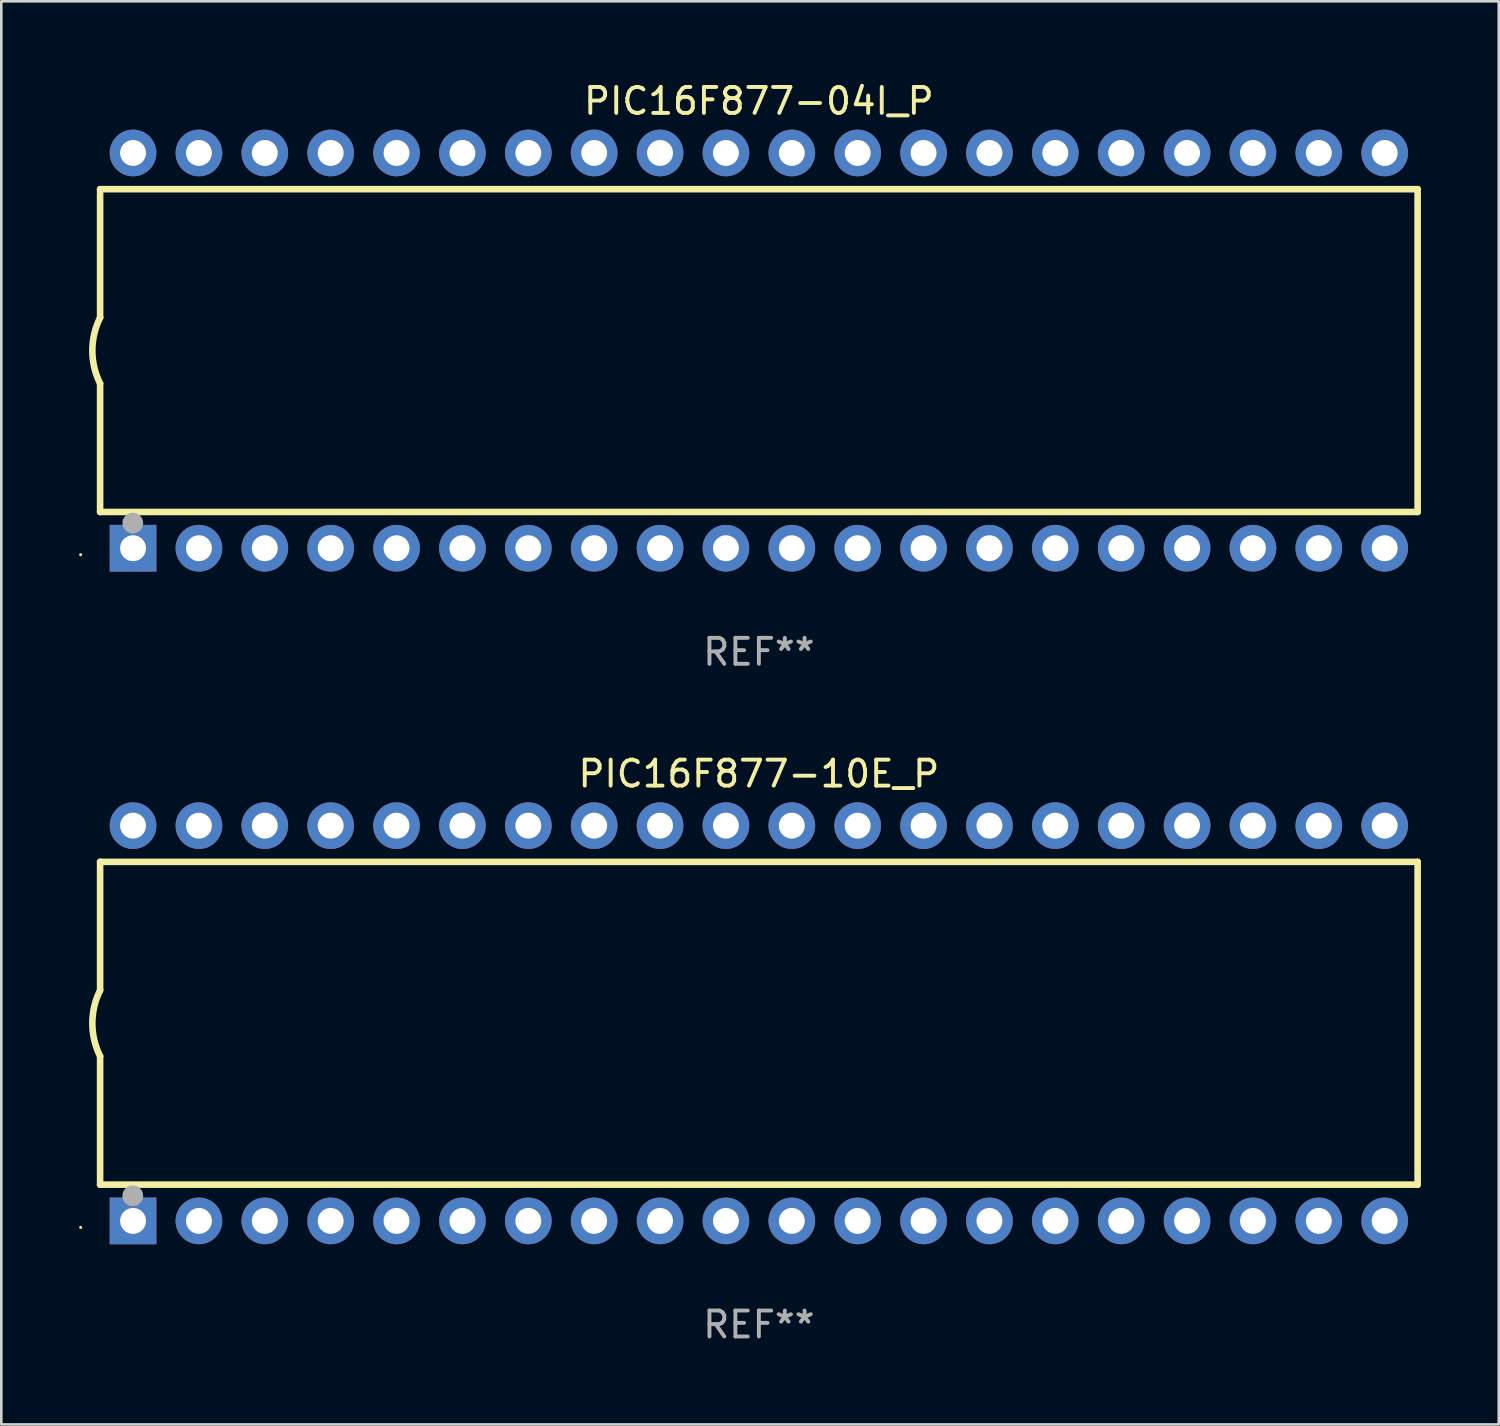
<source format=kicad_pcb>
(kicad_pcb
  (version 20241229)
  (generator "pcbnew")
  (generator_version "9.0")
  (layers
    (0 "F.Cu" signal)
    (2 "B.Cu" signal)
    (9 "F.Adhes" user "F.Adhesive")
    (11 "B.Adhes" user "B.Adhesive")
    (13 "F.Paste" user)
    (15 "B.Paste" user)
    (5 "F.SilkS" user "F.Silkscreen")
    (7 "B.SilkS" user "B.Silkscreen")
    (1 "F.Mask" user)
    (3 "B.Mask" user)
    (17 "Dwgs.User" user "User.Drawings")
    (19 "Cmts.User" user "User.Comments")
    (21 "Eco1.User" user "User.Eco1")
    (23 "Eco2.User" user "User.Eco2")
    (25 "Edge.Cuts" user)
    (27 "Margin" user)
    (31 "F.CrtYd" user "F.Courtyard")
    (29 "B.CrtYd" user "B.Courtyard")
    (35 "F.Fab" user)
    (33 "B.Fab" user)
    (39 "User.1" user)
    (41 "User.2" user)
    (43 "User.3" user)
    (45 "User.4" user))
  (footprint "PIC16F877-10E_P"
    (layer "F.Cu")
    (at 26.21 36.405)
    (property "Reference" "PIC16F877-10E_P" (at 0 -9.62 0) (layer "F.SilkS") (effects (font (size 1 1) (thickness 0.15))))
    (attr through_hole)
    (fp_line (start -25.4 -6.224) (end -25.4 -1.271) (stroke (width 0.254) (type solid)) (layer "F.SilkS"))
    (fp_line (start -25.4 -6.224) (end 25.4 -6.224) (stroke (width 0.254) (type solid)) (layer "F.SilkS"))
    (fp_line (start -25.4 1.269) (end -25.4 6.222) (stroke (width 0.254) (type solid)) (layer "F.SilkS"))
    (fp_line (start -25.4 6.222) (end 25.4 6.222) (stroke (width 0.254) (type solid)) (layer "F.SilkS"))
    (fp_line (start 25.4 6.222) (end 25.4 -6.224) (stroke (width 0.254) (type solid)) (layer "F.SilkS"))
    (fp_arc (start -25.4 1.269241) (mid -25.699807 -0.000762) (end -25.4 -1.270765) (stroke (width 0.254001) (type solid)) (layer "F.SilkS"))
    (fp_circle (center -26.15 7.87) (end -26.12 7.87) (stroke (width 0.06) (type solid)) (fill no) (layer "F.SilkS"))
    (fp_circle (center -24.14 6.65) (end -23.94 6.65) (stroke (width 0.4) (type solid)) (fill no) (layer "F.Fab"))
    (fp_text user "REF**" (at 0 11.62 0) (layer "F.Fab") (effects (font (size 1 1) (thickness 0.15))))
    (pad "1" thru_hole rect (at -24.13 7.62 90) (size 1.8 1.8) (drill 1) (layers "*.Cu" "*.Mask"))
    (pad "2" thru_hole circle (at -21.59 7.62) (size 1.8 1.8) (drill 1) (layers "*.Cu" "*.Mask"))
    (pad "3" thru_hole circle (at -19.05 7.62) (size 1.8 1.8) (drill 1) (layers "*.Cu" "*.Mask"))
    (pad "4" thru_hole circle (at -16.51 7.62) (size 1.8 1.8) (drill 1) (layers "*.Cu" "*.Mask"))
    (pad "5" thru_hole circle (at -13.97 7.62) (size 1.8 1.8) (drill 1) (layers "*.Cu" "*.Mask"))
    (pad "6" thru_hole circle (at -11.43 7.62) (size 1.8 1.8) (drill 1) (layers "*.Cu" "*.Mask"))
    (pad "7" thru_hole circle (at -8.89 7.62) (size 1.8 1.8) (drill 1) (layers "*.Cu" "*.Mask"))
    (pad "8" thru_hole circle (at -6.35 7.62) (size 1.8 1.8) (drill 1) (layers "*.Cu" "*.Mask"))
    (pad "9" thru_hole circle (at -3.81 7.62) (size 1.8 1.8) (drill 1) (layers "*.Cu" "*.Mask"))
    (pad "10" thru_hole circle (at -1.27 7.62) (size 1.8 1.8) (drill 1) (layers "*.Cu" "*.Mask"))
    (pad "11" thru_hole circle (at 1.27 7.62) (size 1.8 1.8) (drill 1) (layers "*.Cu" "*.Mask"))
    (pad "12" thru_hole circle (at 3.81 7.62) (size 1.8 1.8) (drill 1) (layers "*.Cu" "*.Mask"))
    (pad "13" thru_hole circle (at 6.35 7.62) (size 1.8 1.8) (drill 1) (layers "*.Cu" "*.Mask"))
    (pad "14" thru_hole circle (at 8.89 7.62) (size 1.8 1.8) (drill 1) (layers "*.Cu" "*.Mask"))
    (pad "15" thru_hole circle (at 11.43 7.62) (size 1.8 1.8) (drill 1) (layers "*.Cu" "*.Mask"))
    (pad "16" thru_hole circle (at 13.97 7.62) (size 1.8 1.8) (drill 1) (layers "*.Cu" "*.Mask"))
    (pad "17" thru_hole circle (at 16.51 7.62) (size 1.8 1.8) (drill 1) (layers "*.Cu" "*.Mask"))
    (pad "18" thru_hole circle (at 19.05 7.62) (size 1.8 1.8) (drill 1) (layers "*.Cu" "*.Mask"))
    (pad "19" thru_hole circle (at 21.59 7.62) (size 1.8 1.8) (drill 1) (layers "*.Cu" "*.Mask"))
    (pad "20" thru_hole circle (at 24.13 7.62) (size 1.8 1.8) (drill 1) (layers "*.Cu" "*.Mask"))
    (pad "21" thru_hole circle (at 24.13 -7.62) (size 1.8 1.8) (drill 1) (layers "*.Cu" "*.Mask"))
    (pad "22" thru_hole circle (at 21.59 -7.62) (size 1.8 1.8) (drill 1) (layers "*.Cu" "*.Mask"))
    (pad "23" thru_hole circle (at 19.05 -7.62) (size 1.8 1.8) (drill 1) (layers "*.Cu" "*.Mask"))
    (pad "24" thru_hole circle (at 16.51 -7.62) (size 1.8 1.8) (drill 1) (layers "*.Cu" "*.Mask"))
    (pad "25" thru_hole circle (at 13.97 -7.62) (size 1.8 1.8) (drill 1) (layers "*.Cu" "*.Mask"))
    (pad "26" thru_hole circle (at 11.43 -7.62) (size 1.8 1.8) (drill 1) (layers "*.Cu" "*.Mask"))
    (pad "27" thru_hole circle (at 8.89 -7.62) (size 1.8 1.8) (drill 1) (layers "*.Cu" "*.Mask"))
    (pad "28" thru_hole circle (at 6.35 -7.62) (size 1.8 1.8) (drill 1) (layers "*.Cu" "*.Mask"))
    (pad "29" thru_hole circle (at 3.81 -7.62) (size 1.8 1.8) (drill 1) (layers "*.Cu" "*.Mask"))
    (pad "30" thru_hole circle (at 1.27 -7.62) (size 1.8 1.8) (drill 1) (layers "*.Cu" "*.Mask"))
    (pad "31" thru_hole circle (at -1.27 -7.62) (size 1.8 1.8) (drill 1) (layers "*.Cu" "*.Mask"))
    (pad "32" thru_hole circle (at -3.81 -7.62) (size 1.8 1.8) (drill 1) (layers "*.Cu" "*.Mask"))
    (pad "33" thru_hole circle (at -6.35 -7.62) (size 1.8 1.8) (drill 1) (layers "*.Cu" "*.Mask"))
    (pad "34" thru_hole circle (at -8.89 -7.62) (size 1.8 1.8) (drill 1) (layers "*.Cu" "*.Mask"))
    (pad "35" thru_hole circle (at -11.43 -7.62) (size 1.8 1.8) (drill 1) (layers "*.Cu" "*.Mask"))
    (pad "36" thru_hole circle (at -13.97 -7.62) (size 1.8 1.8) (drill 1) (layers "*.Cu" "*.Mask"))
    (pad "37" thru_hole circle (at -16.51 -7.62) (size 1.8 1.8) (drill 1) (layers "*.Cu" "*.Mask"))
    (pad "38" thru_hole circle (at -19.05 -7.62) (size 1.8 1.8) (drill 1) (layers "*.Cu" "*.Mask"))
    (pad "39" thru_hole circle (at -21.59 -7.62) (size 1.8 1.8) (drill 1) (layers "*.Cu" "*.Mask"))
    (pad "40" thru_hole circle (at -24.13 -7.62) (size 1.8 1.8) (drill 1) (layers "*.Cu" "*.Mask")))
  (footprint "PIC16F877-04I_P"
    (layer "F.Cu")
    (at 26.21 10.468)
    (property "Reference" "PIC16F877-04I_P" (at 0 -9.62 0) (layer "F.SilkS") (effects (font (size 1 1) (thickness 0.15))))
    (attr through_hole)
    (fp_line (start -25.4 -6.224) (end -25.4 -1.271) (stroke (width 0.254) (type solid)) (layer "F.SilkS"))
    (fp_line (start -25.4 -6.224) (end 25.4 -6.224) (stroke (width 0.254) (type solid)) (layer "F.SilkS"))
    (fp_line (start -25.4 1.269) (end -25.4 6.222) (stroke (width 0.254) (type solid)) (layer "F.SilkS"))
    (fp_line (start -25.4 6.222) (end 25.4 6.222) (stroke (width 0.254) (type solid)) (layer "F.SilkS"))
    (fp_line (start 25.4 6.222) (end 25.4 -6.224) (stroke (width 0.254) (type solid)) (layer "F.SilkS"))
    (fp_arc (start -25.4 1.269241) (mid -25.699807 -0.000762) (end -25.4 -1.270765) (stroke (width 0.254001) (type solid)) (layer "F.SilkS"))
    (fp_circle (center -26.15 7.87) (end -26.12 7.87) (stroke (width 0.06) (type solid)) (fill no) (layer "F.SilkS"))
    (fp_circle (center -24.14 6.65) (end -23.94 6.65) (stroke (width 0.4) (type solid)) (fill no) (layer "F.Fab"))
    (fp_text user "REF**" (at 0 11.62 0) (layer "F.Fab") (effects (font (size 1 1) (thickness 0.15))))
    (pad "1" thru_hole rect (at -24.13 7.62 90) (size 1.8 1.8) (drill 1) (layers "*.Cu" "*.Mask"))
    (pad "2" thru_hole circle (at -21.59 7.62) (size 1.8 1.8) (drill 1) (layers "*.Cu" "*.Mask"))
    (pad "3" thru_hole circle (at -19.05 7.62) (size 1.8 1.8) (drill 1) (layers "*.Cu" "*.Mask"))
    (pad "4" thru_hole circle (at -16.51 7.62) (size 1.8 1.8) (drill 1) (layers "*.Cu" "*.Mask"))
    (pad "5" thru_hole circle (at -13.97 7.62) (size 1.8 1.8) (drill 1) (layers "*.Cu" "*.Mask"))
    (pad "6" thru_hole circle (at -11.43 7.62) (size 1.8 1.8) (drill 1) (layers "*.Cu" "*.Mask"))
    (pad "7" thru_hole circle (at -8.89 7.62) (size 1.8 1.8) (drill 1) (layers "*.Cu" "*.Mask"))
    (pad "8" thru_hole circle (at -6.35 7.62) (size 1.8 1.8) (drill 1) (layers "*.Cu" "*.Mask"))
    (pad "9" thru_hole circle (at -3.81 7.62) (size 1.8 1.8) (drill 1) (layers "*.Cu" "*.Mask"))
    (pad "10" thru_hole circle (at -1.27 7.62) (size 1.8 1.8) (drill 1) (layers "*.Cu" "*.Mask"))
    (pad "11" thru_hole circle (at 1.27 7.62) (size 1.8 1.8) (drill 1) (layers "*.Cu" "*.Mask"))
    (pad "12" thru_hole circle (at 3.81 7.62) (size 1.8 1.8) (drill 1) (layers "*.Cu" "*.Mask"))
    (pad "13" thru_hole circle (at 6.35 7.62) (size 1.8 1.8) (drill 1) (layers "*.Cu" "*.Mask"))
    (pad "14" thru_hole circle (at 8.89 7.62) (size 1.8 1.8) (drill 1) (layers "*.Cu" "*.Mask"))
    (pad "15" thru_hole circle (at 11.43 7.62) (size 1.8 1.8) (drill 1) (layers "*.Cu" "*.Mask"))
    (pad "16" thru_hole circle (at 13.97 7.62) (size 1.8 1.8) (drill 1) (layers "*.Cu" "*.Mask"))
    (pad "17" thru_hole circle (at 16.51 7.62) (size 1.8 1.8) (drill 1) (layers "*.Cu" "*.Mask"))
    (pad "18" thru_hole circle (at 19.05 7.62) (size 1.8 1.8) (drill 1) (layers "*.Cu" "*.Mask"))
    (pad "19" thru_hole circle (at 21.59 7.62) (size 1.8 1.8) (drill 1) (layers "*.Cu" "*.Mask"))
    (pad "20" thru_hole circle (at 24.13 7.62) (size 1.8 1.8) (drill 1) (layers "*.Cu" "*.Mask"))
    (pad "21" thru_hole circle (at 24.13 -7.62) (size 1.8 1.8) (drill 1) (layers "*.Cu" "*.Mask"))
    (pad "22" thru_hole circle (at 21.59 -7.62) (size 1.8 1.8) (drill 1) (layers "*.Cu" "*.Mask"))
    (pad "23" thru_hole circle (at 19.05 -7.62) (size 1.8 1.8) (drill 1) (layers "*.Cu" "*.Mask"))
    (pad "24" thru_hole circle (at 16.51 -7.62) (size 1.8 1.8) (drill 1) (layers "*.Cu" "*.Mask"))
    (pad "25" thru_hole circle (at 13.97 -7.62) (size 1.8 1.8) (drill 1) (layers "*.Cu" "*.Mask"))
    (pad "26" thru_hole circle (at 11.43 -7.62) (size 1.8 1.8) (drill 1) (layers "*.Cu" "*.Mask"))
    (pad "27" thru_hole circle (at 8.89 -7.62) (size 1.8 1.8) (drill 1) (layers "*.Cu" "*.Mask"))
    (pad "28" thru_hole circle (at 6.35 -7.62) (size 1.8 1.8) (drill 1) (layers "*.Cu" "*.Mask"))
    (pad "29" thru_hole circle (at 3.81 -7.62) (size 1.8 1.8) (drill 1) (layers "*.Cu" "*.Mask"))
    (pad "30" thru_hole circle (at 1.27 -7.62) (size 1.8 1.8) (drill 1) (layers "*.Cu" "*.Mask"))
    (pad "31" thru_hole circle (at -1.27 -7.62) (size 1.8 1.8) (drill 1) (layers "*.Cu" "*.Mask"))
    (pad "32" thru_hole circle (at -3.81 -7.62) (size 1.8 1.8) (drill 1) (layers "*.Cu" "*.Mask"))
    (pad "33" thru_hole circle (at -6.35 -7.62) (size 1.8 1.8) (drill 1) (layers "*.Cu" "*.Mask"))
    (pad "34" thru_hole circle (at -8.89 -7.62) (size 1.8 1.8) (drill 1) (layers "*.Cu" "*.Mask"))
    (pad "35" thru_hole circle (at -11.43 -7.62) (size 1.8 1.8) (drill 1) (layers "*.Cu" "*.Mask"))
    (pad "36" thru_hole circle (at -13.97 -7.62) (size 1.8 1.8) (drill 1) (layers "*.Cu" "*.Mask"))
    (pad "37" thru_hole circle (at -16.51 -7.62) (size 1.8 1.8) (drill 1) (layers "*.Cu" "*.Mask"))
    (pad "38" thru_hole circle (at -19.05 -7.62) (size 1.8 1.8) (drill 1) (layers "*.Cu" "*.Mask"))
    (pad "39" thru_hole circle (at -21.59 -7.62) (size 1.8 1.8) (drill 1) (layers "*.Cu" "*.Mask"))
    (pad "40" thru_hole circle (at -24.13 -7.62) (size 1.8 1.8) (drill 1) (layers "*.Cu" "*.Mask")))
  (gr_rect
    (start -3 -3)
    (end 54.737 51.873)
    (stroke (width 0.1) (type default))
    (fill no)
    (layer "Edge.Cuts")))
</source>
